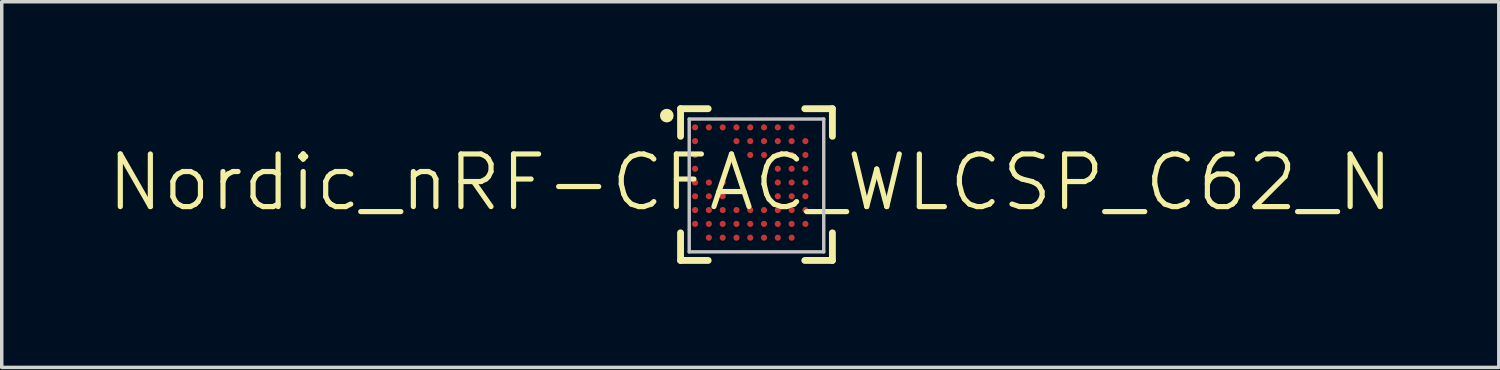
<source format=kicad_pcb>
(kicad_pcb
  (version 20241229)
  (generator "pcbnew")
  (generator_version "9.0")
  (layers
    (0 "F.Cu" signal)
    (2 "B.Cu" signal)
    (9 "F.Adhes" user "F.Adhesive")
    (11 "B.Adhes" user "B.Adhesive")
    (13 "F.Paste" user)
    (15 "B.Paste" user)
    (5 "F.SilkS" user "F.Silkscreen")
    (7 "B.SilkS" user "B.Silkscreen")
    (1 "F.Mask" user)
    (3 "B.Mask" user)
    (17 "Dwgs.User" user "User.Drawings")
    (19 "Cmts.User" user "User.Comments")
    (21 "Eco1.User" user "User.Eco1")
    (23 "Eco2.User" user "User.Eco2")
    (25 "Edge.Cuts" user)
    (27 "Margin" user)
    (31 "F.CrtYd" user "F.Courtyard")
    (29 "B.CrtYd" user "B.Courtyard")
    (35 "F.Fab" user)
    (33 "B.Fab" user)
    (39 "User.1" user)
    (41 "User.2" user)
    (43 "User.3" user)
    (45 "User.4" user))
  (footprint "Nordic_nRF-CFAC_WLCSP_C62_N"
    (layer "F.Cu")
    (at 18.687 2.238)
    (property "Reference" "Nordic_nRF-CFAC_WLCSP_C62_N" (at 0 0 0) (layer "F.SilkS") (effects (font (size 1.524 1.524) (thickness 0.15))))
    (attr smd)
    (fp_line (start -2.019 -2.139) (end -2.019 -1.339) (stroke (width 0.198) (type solid)) (layer "F.SilkS"))
    (fp_line (start -2.019 2.258) (end -2.019 1.458) (stroke (width 0.198) (type solid)) (layer "F.SilkS"))
    (fp_line (start -1.219 -2.139) (end -2.019 -2.139) (stroke (width 0.198) (type solid)) (layer "F.SilkS"))
    (fp_line (start -1.219 2.258) (end -2.019 2.258) (stroke (width 0.198) (type solid)) (layer "F.SilkS"))
    (fp_line (start 1.58 2.258) (end 2.38 2.258) (stroke (width 0.198) (type solid)) (layer "F.SilkS"))
    (fp_line (start 2.38 -2.139) (end 1.58 -2.139) (stroke (width 0.198) (type solid)) (layer "F.SilkS"))
    (fp_line (start 2.38 -2.139) (end 2.38 -1.339) (stroke (width 0.198) (type solid)) (layer "F.SilkS"))
    (fp_line (start 2.38 2.258) (end 2.38 1.458) (stroke (width 0.198) (type solid)) (layer "F.SilkS"))
    (fp_circle (center -2.418 -1.938) (end -2.418 -2.037) (stroke (width 0.198) (type solid)) (fill no) (layer "F.SilkS"))
    (fp_line (start -1.768 -1.839) (end -1.768 2.009) (stroke (width 0.099) (type solid)) (layer "Dwgs.User"))
    (fp_line (start -1.768 2.009) (end 2.129 2.009) (stroke (width 0.099) (type solid)) (layer "Dwgs.User"))
    (fp_line (start 2.129 -1.839) (end -1.768 -1.839) (stroke (width 0.099) (type solid)) (layer "Dwgs.User"))
    (fp_line (start 2.129 2.009) (end 2.129 -1.839) (stroke (width 0.099) (type solid)) (layer "Dwgs.User"))
    (pad "P$A1" smd circle (at -1.598 -1.598) (size 0.178 0.178) (layers "F.Cu" "F.Mask" "F.Paste"))
    (pad "P$A2" smd circle (at -1.199 -1.598) (size 0.178 0.178) (layers "F.Cu" "F.Mask" "F.Paste"))
    (pad "P$A3" smd circle (at -0.798 -1.598) (size 0.178 0.178) (layers "F.Cu" "F.Mask" "F.Paste"))
    (pad "P$A4" smd circle (at -0.399 -1.598) (size 0.178 0.178) (layers "F.Cu" "F.Mask" "F.Paste"))
    (pad "P$A5" smd circle (at 0 -1.598) (size 0.178 0.178) (layers "F.Cu" "F.Mask" "F.Paste"))
    (pad "P$A6" smd circle (at 0.399 -1.598) (size 0.178 0.178) (layers "F.Cu" "F.Mask" "F.Paste"))
    (pad "P$A7" smd circle (at 0.798 -1.598) (size 0.178 0.178) (layers "F.Cu" "F.Mask" "F.Paste"))
    (pad "P$A8" smd circle (at 1.199 -1.598) (size 0.178 0.178) (layers "F.Cu" "F.Mask" "F.Paste"))
    (pad "P$B1" smd circle (at -1.598 -1.199) (size 0.178 0.178) (layers "F.Cu" "F.Mask" "F.Paste"))
    (pad "P$B4" smd circle (at -0.399 -1.199) (size 0.178 0.178) (layers "F.Cu" "F.Mask" "F.Paste"))
    (pad "P$B5" smd circle (at 0 -1.199) (size 0.178 0.178) (layers "F.Cu" "F.Mask" "F.Paste"))
    (pad "P$B6" smd circle (at 0.399 -1.199) (size 0.178 0.178) (layers "F.Cu" "F.Mask" "F.Paste"))
    (pad "P$B7" smd circle (at 0.798 -1.199) (size 0.178 0.178) (layers "F.Cu" "F.Mask" "F.Paste"))
    (pad "P$B8" smd circle (at 1.199 -1.199) (size 0.178 0.178) (layers "F.Cu" "F.Mask" "F.Paste"))
    (pad "P$B9" smd circle (at 1.598 -1.199) (size 0.178 0.178) (layers "F.Cu" "F.Mask" "F.Paste"))
    (pad "P$C1" smd circle (at -1.598 -0.798) (size 0.178 0.178) (layers "F.Cu" "F.Mask" "F.Paste"))
    (pad "P$C5" smd circle (at 0 -0.798) (size 0.178 0.178) (layers "F.Cu" "F.Mask" "F.Paste"))
    (pad "P$C6" smd circle (at 0.399 -0.798) (size 0.178 0.178) (layers "F.Cu" "F.Mask" "F.Paste"))
    (pad "P$C7" smd circle (at 0.798 -0.798) (size 0.178 0.178) (layers "F.Cu" "F.Mask" "F.Paste"))
    (pad "P$C8" smd circle (at 1.199 -0.798) (size 0.178 0.178) (layers "F.Cu" "F.Mask" "F.Paste"))
    (pad "P$C9" smd circle (at 1.598 -0.798) (size 0.178 0.178) (layers "F.Cu" "F.Mask" "F.Paste"))
    (pad "P$D1" smd circle (at -1.598 -0.399) (size 0.178 0.178) (layers "F.Cu" "F.Mask" "F.Paste"))
    (pad "P$D7" smd circle (at 0.798 -0.399) (size 0.178 0.178) (layers "F.Cu" "F.Mask" "F.Paste"))
    (pad "P$D8" smd circle (at 1.199 -0.399) (size 0.178 0.178) (layers "F.Cu" "F.Mask" "F.Paste"))
    (pad "P$D9" smd circle (at 1.598 -0.399) (size 0.178 0.178) (layers "F.Cu" "F.Mask" "F.Paste"))
    (pad "P$E1" smd circle (at -1.598 0) (size 0.178 0.178) (layers "F.Cu" "F.Mask" "F.Paste"))
    (pad "P$E2" smd circle (at -1.199 0) (size 0.178 0.178) (layers "F.Cu" "F.Mask" "F.Paste"))
    (pad "P$E3" smd circle (at -0.798 0) (size 0.178 0.178) (layers "F.Cu" "F.Mask" "F.Paste"))
    (pad "P$E7" smd circle (at 0.798 0) (size 0.178 0.178) (layers "F.Cu" "F.Mask" "F.Paste"))
    (pad "P$E8" smd circle (at 1.199 0) (size 0.178 0.178) (layers "F.Cu" "F.Mask" "F.Paste"))
    (pad "P$E9" smd circle (at 1.598 0) (size 0.178 0.178) (layers "F.Cu" "F.Mask" "F.Paste"))
    (pad "P$F1" smd circle (at -1.598 0.399) (size 0.178 0.178) (layers "F.Cu" "F.Mask" "F.Paste"))
    (pad "P$F2" smd circle (at -1.199 0.399) (size 0.178 0.178) (layers "F.Cu" "F.Mask" "F.Paste"))
    (pad "P$F3" smd circle (at -0.798 0.399) (size 0.178 0.178) (layers "F.Cu" "F.Mask" "F.Paste"))
    (pad "P$F7" smd circle (at 0.798 0.399) (size 0.178 0.178) (layers "F.Cu" "F.Mask" "F.Paste"))
    (pad "P$F8" smd circle (at 1.199 0.399) (size 0.178 0.178) (layers "F.Cu" "F.Mask" "F.Paste"))
    (pad "P$F9" smd circle (at 1.598 0.399) (size 0.178 0.178) (layers "F.Cu" "F.Mask" "F.Paste"))
    (pad "P$G1" smd circle (at -1.598 0.798) (size 0.178 0.178) (layers "F.Cu" "F.Mask" "F.Paste"))
    (pad "P$G2" smd circle (at -1.199 0.798) (size 0.178 0.178) (layers "F.Cu" "F.Mask" "F.Paste"))
    (pad "P$G3" smd circle (at -0.798 0.798) (size 0.178 0.178) (layers "F.Cu" "F.Mask" "F.Paste"))
    (pad "P$G4" smd circle (at -0.399 0.798) (size 0.178 0.178) (layers "F.Cu" "F.Mask" "F.Paste"))
    (pad "P$G5" smd circle (at 0 0.798) (size 0.178 0.178) (layers "F.Cu" "F.Mask" "F.Paste"))
    (pad "P$G6" smd circle (at 0.399 0.798) (size 0.178 0.178) (layers "F.Cu" "F.Mask" "F.Paste"))
    (pad "P$G7" smd circle (at 0.798 0.798) (size 0.178 0.178) (layers "F.Cu" "F.Mask" "F.Paste"))
    (pad "P$G8" smd circle (at 1.199 0.798) (size 0.178 0.178) (layers "F.Cu" "F.Mask" "F.Paste"))
    (pad "P$G9" smd circle (at 1.598 0.798) (size 0.178 0.178) (layers "F.Cu" "F.Mask" "F.Paste"))
    (pad "P$H1" smd circle (at -1.598 1.199) (size 0.178 0.178) (layers "F.Cu" "F.Mask" "F.Paste"))
    (pad "P$H2" smd circle (at -1.199 1.199) (size 0.178 0.178) (layers "F.Cu" "F.Mask" "F.Paste"))
    (pad "P$H3" smd circle (at -0.798 1.199) (size 0.178 0.178) (layers "F.Cu" "F.Mask" "F.Paste"))
    (pad "P$H4" smd circle (at -0.399 1.199) (size 0.178 0.178) (layers "F.Cu" "F.Mask" "F.Paste"))
    (pad "P$H5" smd circle (at 0 1.199) (size 0.178 0.178) (layers "F.Cu" "F.Mask" "F.Paste"))
    (pad "P$H6" smd circle (at 0.399 1.199) (size 0.178 0.178) (layers "F.Cu" "F.Mask" "F.Paste"))
    (pad "P$H7" smd circle (at 0.798 1.199) (size 0.178 0.178) (layers "F.Cu" "F.Mask" "F.Paste"))
    (pad "P$H8" smd circle (at 1.199 1.199) (size 0.178 0.178) (layers "F.Cu" "F.Mask" "F.Paste"))
    (pad "P$H9" smd circle (at 1.598 1.199) (size 0.178 0.178) (layers "F.Cu" "F.Mask" "F.Paste"))
    (pad "P$J2" smd circle (at -1.199 1.598) (size 0.178 0.178) (layers "F.Cu" "F.Mask" "F.Paste"))
    (pad "P$J3" smd circle (at -0.798 1.598) (size 0.178 0.178) (layers "F.Cu" "F.Mask" "F.Paste"))
    (pad "P$J4" smd circle (at -0.399 1.598) (size 0.178 0.178) (layers "F.Cu" "F.Mask" "F.Paste"))
    (pad "P$J5" smd circle (at 0 1.598) (size 0.178 0.178) (layers "F.Cu" "F.Mask" "F.Paste"))
    (pad "P$J6" smd circle (at 0.399 1.598) (size 0.178 0.178) (layers "F.Cu" "F.Mask" "F.Paste"))
    (pad "P$J7" smd circle (at 0.798 1.598) (size 0.178 0.178) (layers "F.Cu" "F.Mask" "F.Paste"))
    (pad "P$J8" smd circle (at 1.199 1.598) (size 0.178 0.178) (layers "F.Cu" "F.Mask" "F.Paste")))
  (gr_rect
    (start -3 -3)
    (end 40.374 7.595)
    (stroke (width 0.1) (type default))
    (fill no)
    (layer "Edge.Cuts")))
</source>
